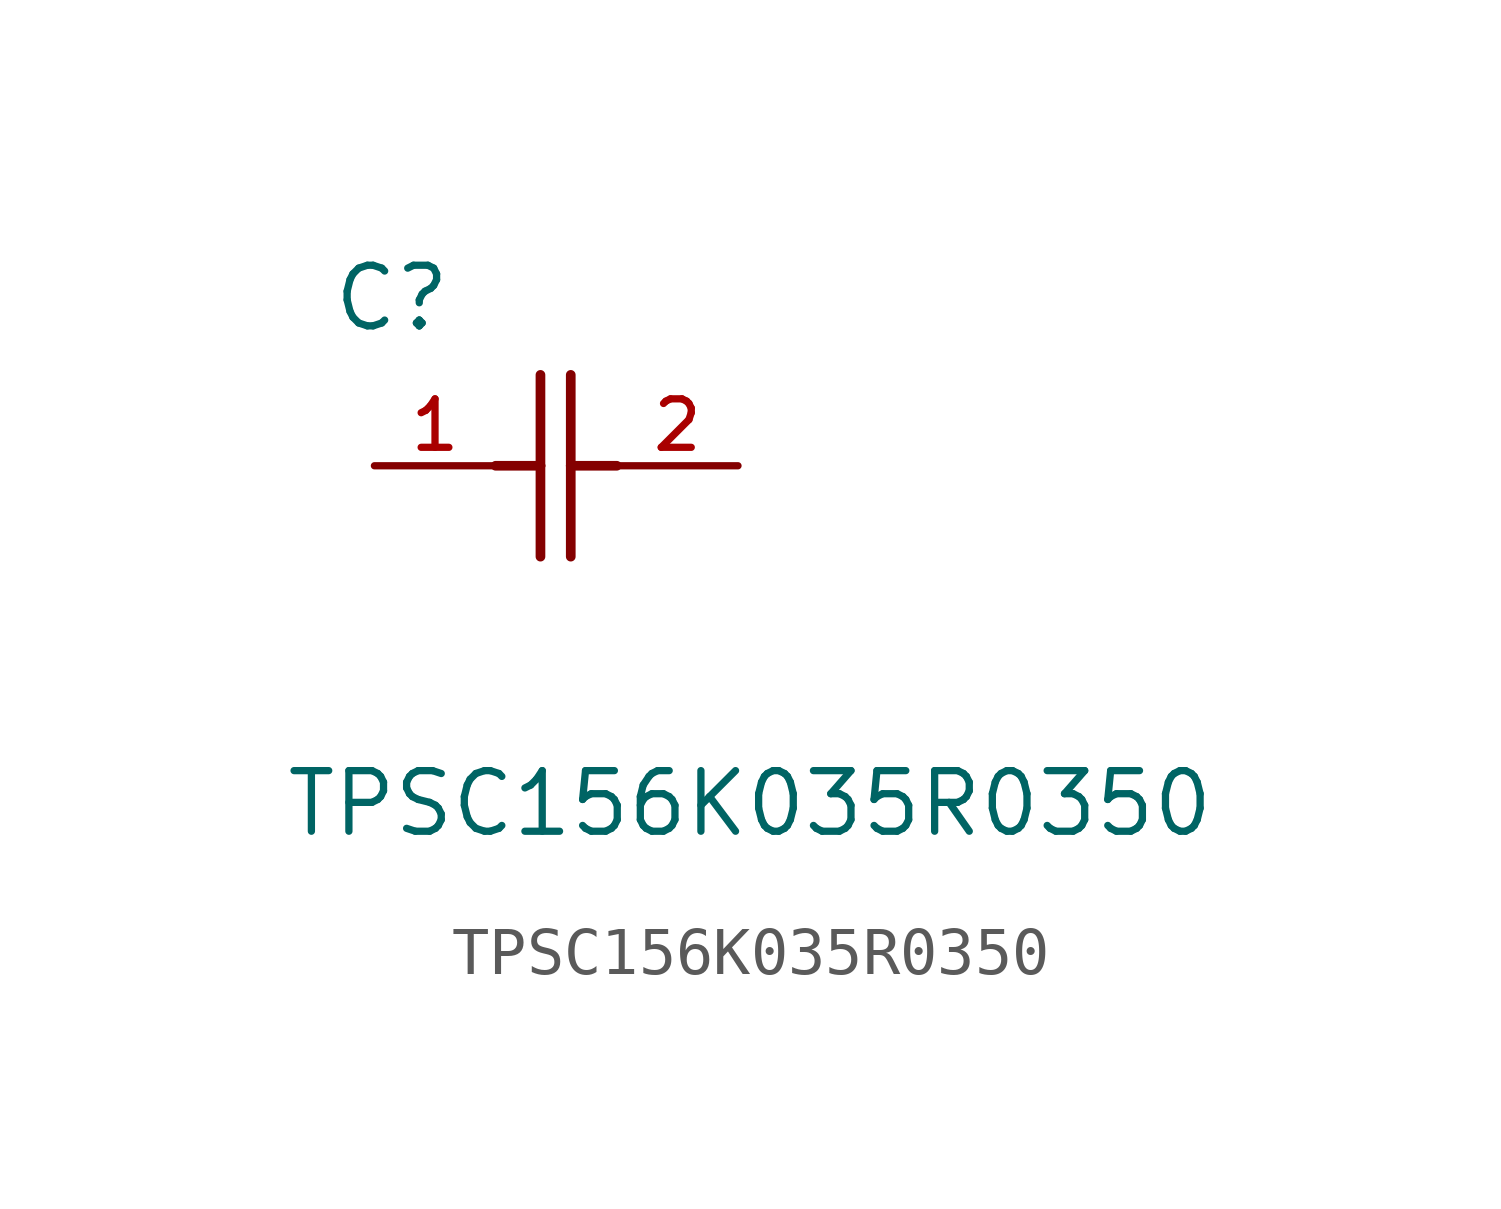
<source format=kicad_sym>
(kicad_symbol_lib
  (version 20211014)
  (generator kicad_symbol_editor)
  (symbol "TPSC156K035R0350"
    (pin_names
      (offset 1.016))
    (property "Reference" "C"
      (at -0.914 2.769 0.0)
      (effects (font (size 1.27 1.27)) (justify bottom left)))
    (property "Value" "TPSC156K035R0350"
      (at -1.905 -7.823 0.0)
      (effects (font (size 1.27 1.27)) (justify bottom left)))
    (symbol "TPSC156K035R0350_0_0"
      (polyline (pts (xy 3.48 -1.905) (xy 3.48 0.0)) (stroke (width 0.203)))
      (polyline (pts (xy 3.48 0.0) (xy 3.48 1.905)) (stroke (width 0.203)))
      (polyline (pts (xy 4.115 -1.905) (xy 4.115 0.0)) (stroke (width 0.203)))
      (polyline (pts (xy 4.115 0.0) (xy 4.115 1.905)) (stroke (width 0.203)))
      (polyline (pts (xy 4.115 0.0) (xy 5.08 0.0)) (stroke (width 0.203)))
      (polyline (pts (xy 2.54 0.0) (xy 3.48 0.0)) (stroke (width 0.203)))
      (pin passive line (at 7.62 0.0 180.0) (length 2.54) (name "~" (effects (font (size 1.016 1.016)))) (number "2" (effects (font (size 1.016 1.016)))))
      (pin passive line (at 0.0 0.0 0) (length 2.54) (name "~" (effects (font (size 1.016 1.016)))) (number "1" (effects (font (size 1.016 1.016))))))))
</source>
